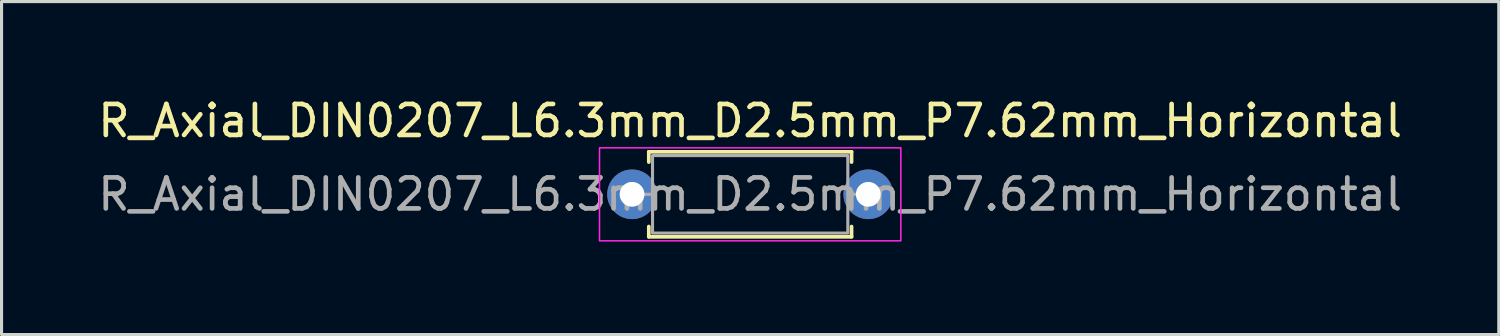
<source format=kicad_pcb>
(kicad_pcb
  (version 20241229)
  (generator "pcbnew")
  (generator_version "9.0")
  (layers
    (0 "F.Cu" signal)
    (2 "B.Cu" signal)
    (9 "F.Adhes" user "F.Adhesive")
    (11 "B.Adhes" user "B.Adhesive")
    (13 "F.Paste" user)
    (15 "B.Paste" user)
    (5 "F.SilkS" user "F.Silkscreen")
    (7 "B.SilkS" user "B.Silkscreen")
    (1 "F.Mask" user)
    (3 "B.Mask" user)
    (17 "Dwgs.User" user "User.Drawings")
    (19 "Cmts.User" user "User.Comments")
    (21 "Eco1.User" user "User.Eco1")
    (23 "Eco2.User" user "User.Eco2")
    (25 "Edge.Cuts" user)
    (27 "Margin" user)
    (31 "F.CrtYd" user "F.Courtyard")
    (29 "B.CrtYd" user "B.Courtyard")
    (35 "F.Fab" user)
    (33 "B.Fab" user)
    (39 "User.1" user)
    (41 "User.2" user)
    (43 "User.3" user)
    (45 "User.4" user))
  (footprint "R_Axial_DIN0207_L6.3mm_D2.5mm_P7.62mm_Horizontal"
    (layer "F.Cu")
    (at 17.339 3.218)
    (property "Reference" "R_Axial_DIN0207_L6.3mm_D2.5mm_P7.62mm_Horizontal" (at 3.81 -2.37 0) (layer "F.SilkS") (effects (font (size 1 1) (thickness 0.15))))
    (attr through_hole)
    (fp_line (start 0.54 -1.37) (end 7.08 -1.37) (stroke (width 0.12) (type solid)) (layer "F.SilkS"))
    (fp_line (start 0.54 -1.04) (end 0.54 -1.37) (stroke (width 0.12) (type solid)) (layer "F.SilkS"))
    (fp_line (start 0.54 1.04) (end 0.54 1.37) (stroke (width 0.12) (type solid)) (layer "F.SilkS"))
    (fp_line (start 0.54 1.37) (end 7.08 1.37) (stroke (width 0.12) (type solid)) (layer "F.SilkS"))
    (fp_line (start 7.08 -1.37) (end 7.08 -1.04) (stroke (width 0.12) (type solid)) (layer "F.SilkS"))
    (fp_line (start 7.08 1.37) (end 7.08 1.04) (stroke (width 0.12) (type solid)) (layer "F.SilkS"))
    (fp_rect (start -1.05 -1.5) (end 8.67 1.5) (stroke (width 0.05) (type solid)) (fill no) (layer "F.CrtYd"))
    (fp_line (start 0 0) (end 0.66 0) (stroke (width 0.1) (type solid)) (layer "F.Fab"))
    (fp_line (start 7.62 0) (end 6.96 0) (stroke (width 0.1) (type solid)) (layer "F.Fab"))
    (fp_rect (start 0.66 -1.25) (end 6.96 1.25) (stroke (width 0.1) (type solid)) (fill no) (layer "F.Fab"))
    (fp_text user "${REFERENCE}" (at 3.81 0 0) (layer "F.Fab") (effects (font (size 1 1) (thickness 0.15))))
    (pad "1" thru_hole circle (at 0 0) (size 1.6 1.6) (drill 0.8) (layers "*.Cu" "*.Mask"))
    (pad "2" thru_hole circle (at 7.62 0) (size 1.6 1.6) (drill 0.8) (layers "*.Cu" "*.Mask")))
  (gr_rect
    (start -3 -3)
    (end 45.298 7.743)
    (stroke (width 0.1) (type default))
    (fill no)
    (layer "Edge.Cuts")))
</source>
